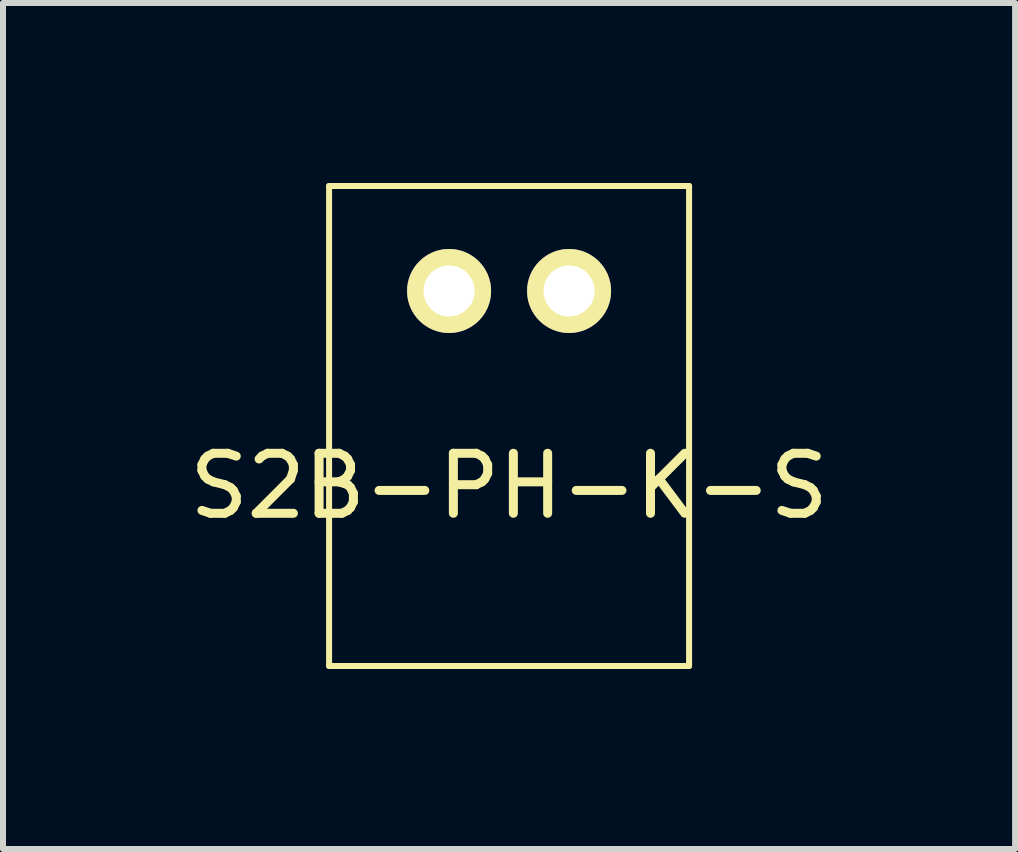
<source format=kicad_pcb>
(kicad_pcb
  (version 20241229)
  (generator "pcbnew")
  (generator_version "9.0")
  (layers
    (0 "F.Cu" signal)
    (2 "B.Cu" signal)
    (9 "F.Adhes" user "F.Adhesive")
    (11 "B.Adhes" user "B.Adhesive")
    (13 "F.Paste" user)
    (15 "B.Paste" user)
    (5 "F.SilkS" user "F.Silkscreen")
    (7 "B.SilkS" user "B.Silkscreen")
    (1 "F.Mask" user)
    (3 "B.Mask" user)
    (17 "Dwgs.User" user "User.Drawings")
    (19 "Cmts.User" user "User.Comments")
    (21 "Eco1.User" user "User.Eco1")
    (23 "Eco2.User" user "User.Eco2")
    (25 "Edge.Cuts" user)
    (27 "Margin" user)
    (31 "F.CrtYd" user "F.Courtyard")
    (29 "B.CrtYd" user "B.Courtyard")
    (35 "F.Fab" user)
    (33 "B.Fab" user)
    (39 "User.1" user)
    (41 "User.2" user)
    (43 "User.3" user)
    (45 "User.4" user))
  (footprint "S2B-PH-K-S"
    (layer "F.Cu")
    (at 5.435 1.8)
    (property "Reference" "S2B-PH-K-S" (at 0 3.25 0) (layer "F.SilkS") (effects (font (size 1 1) (thickness 0.15))))
    (attr through_hole)
    (fp_line (start -3 -1.75) (end -3 6.25) (stroke (width 0.1) (type solid)) (layer "F.SilkS"))
    (fp_line (start -3 6.25) (end 3 6.25) (stroke (width 0.1) (type solid)) (layer "F.SilkS"))
    (fp_line (start 3 -1.75) (end -3 -1.75) (stroke (width 0.1) (type solid)) (layer "F.SilkS"))
    (fp_line (start 3 6.25) (end 3 -1.75) (stroke (width 0.1) (type solid)) (layer "F.SilkS"))
    (pad "1" thru_hole circle (at -1 0) (size 1.4 1.4) (drill 0.85) (layers "*.Cu" "*.Mask" "F.SilkS"))
    (pad "2" thru_hole circle (at 1 0) (size 1.4 1.4) (drill 0.85) (layers "*.Cu" "*.Mask" "F.SilkS")))
  (gr_rect
    (start -3 -3)
    (end 13.869 11.1)
    (stroke (width 0.1) (type default))
    (fill no)
    (layer "Edge.Cuts")))
</source>
